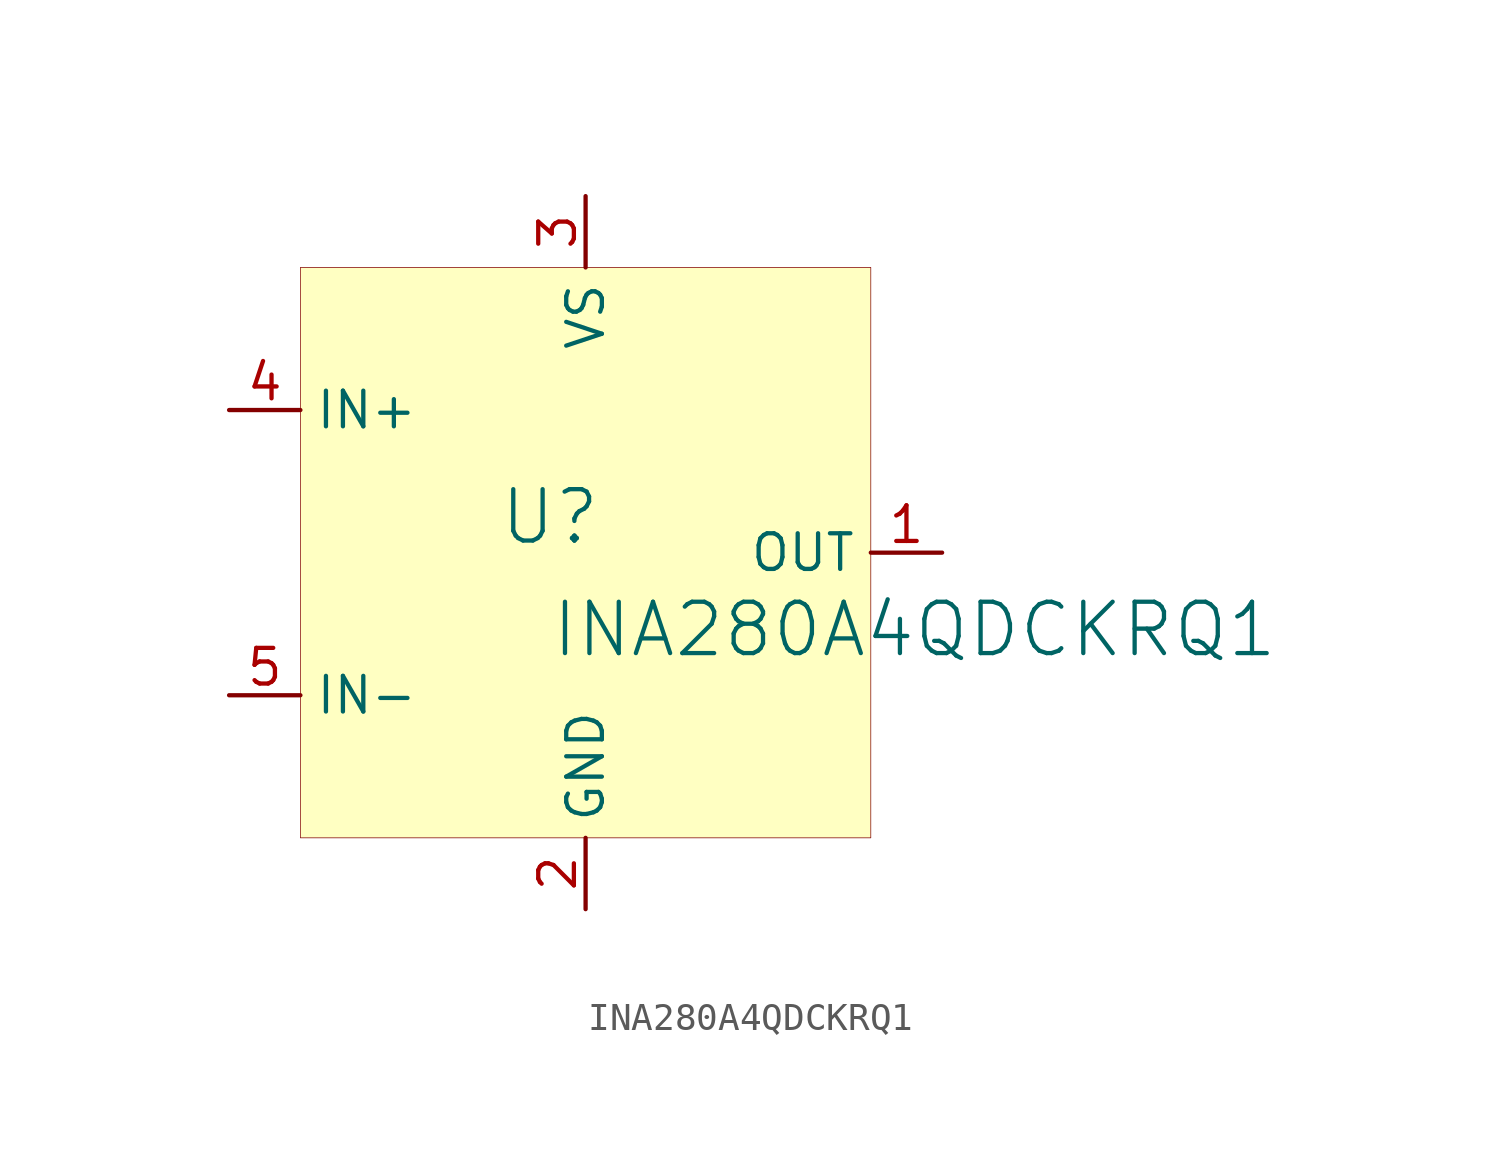
<source format=kicad_sym>
(kicad_symbol_lib
  (version 20231120)
  (generator "kicad_symbol_editor")
  (generator_version "8.0")
  (symbol "INA280A4QDCKRQ1"
    (property "Reference" "U"
      (at -1.27 1.27 0)
      (effects (font (size 1.829 1.829))))
    (property "Value" "INA280A4QDCKRQ1"
      (at -1.27 -3.81 0)
      (effects (font (size 1.829 1.829)) (justify left bottom)))
    (symbol "INA280A4QDCKRQ1_1_0"
      (rectangle (start 10.16 10.16) (end -10.16 -10.16) (stroke (width 0.025) (type solid) (color 128 0 0 1)) (fill (type background)))
      (pin output line (at 12.7 0 180) (length 2.54) (name "OUT" (effects (font (size 1.27 1.27)))) (number "1" (effects (font (size 1.27 1.27)))))
      (pin power_in line (at 0 -12.7 90) (length 2.54) (name "GND" (effects (font (size 1.27 1.27)))) (number "2" (effects (font (size 1.27 1.27)))))
      (pin power_in line (at 0 12.7 270) (length 2.54) (name "VS" (effects (font (size 1.27 1.27)))) (number "3" (effects (font (size 1.27 1.27)))))
      (pin input line (at -12.7 5.08 0) (length 2.54) (name "IN+" (effects (font (size 1.27 1.27)))) (number "4" (effects (font (size 1.27 1.27)))))
      (pin input line (at -12.7 -5.08 0) (length 2.54) (name "IN-" (effects (font (size 1.27 1.27)))) (number "5" (effects (font (size 1.27 1.27))))))))
</source>
